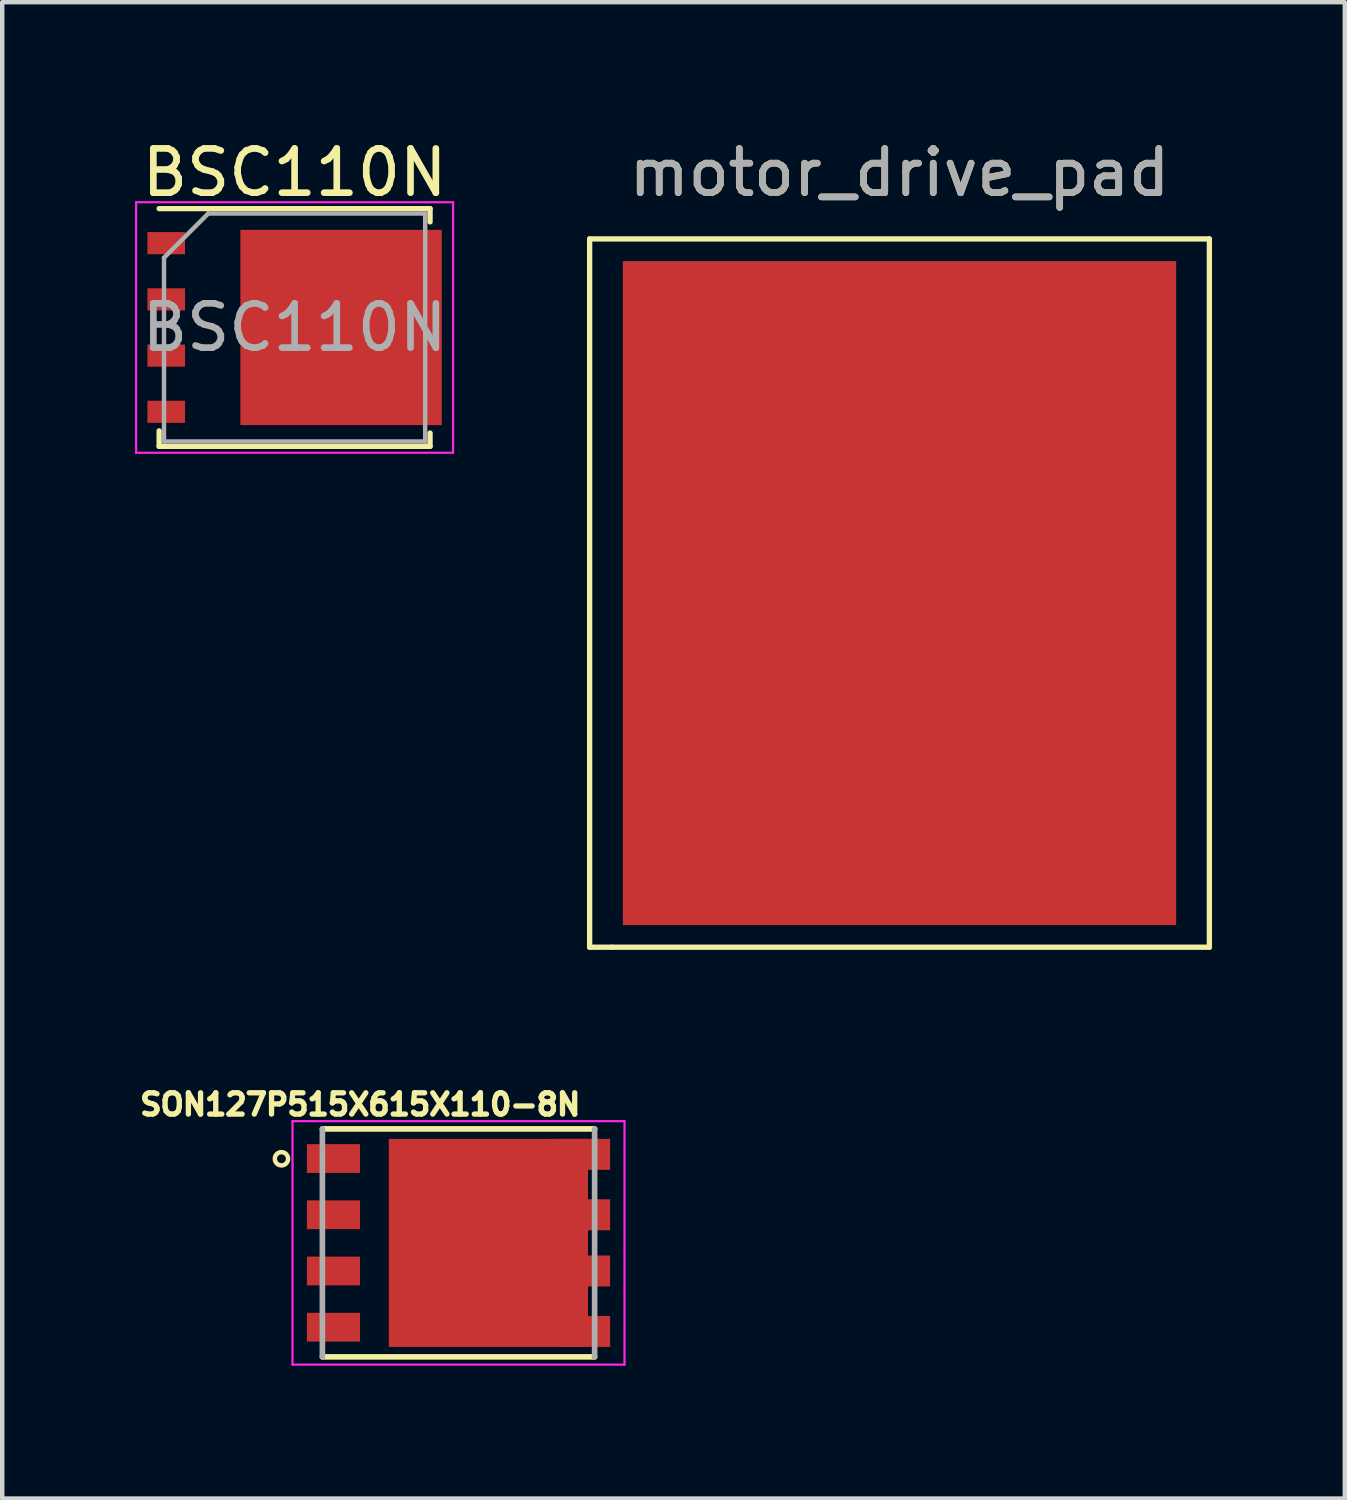
<source format=kicad_pcb>
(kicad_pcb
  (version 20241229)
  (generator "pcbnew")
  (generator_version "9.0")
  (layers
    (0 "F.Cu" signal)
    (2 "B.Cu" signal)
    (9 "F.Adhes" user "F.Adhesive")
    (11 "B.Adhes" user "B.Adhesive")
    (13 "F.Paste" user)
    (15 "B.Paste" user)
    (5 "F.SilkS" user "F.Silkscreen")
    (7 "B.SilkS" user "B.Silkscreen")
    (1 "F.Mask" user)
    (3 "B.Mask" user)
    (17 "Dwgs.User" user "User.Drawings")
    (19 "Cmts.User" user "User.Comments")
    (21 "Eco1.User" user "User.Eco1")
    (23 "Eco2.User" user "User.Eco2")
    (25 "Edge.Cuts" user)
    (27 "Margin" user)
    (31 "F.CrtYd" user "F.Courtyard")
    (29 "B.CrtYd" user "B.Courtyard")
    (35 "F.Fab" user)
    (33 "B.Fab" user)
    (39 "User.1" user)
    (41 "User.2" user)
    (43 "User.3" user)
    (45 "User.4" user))
  (footprint "BSC110N"
    (layer "F.Cu")
    (at 3.605 4.348)
    (property "Reference" "BSC110N" (at 0 -3.5 0) (layer "F.SilkS") (effects (font (size 1 1) (thickness 0.15))))
    (attr smd)
    (fp_line (start -3.06 2.335) (end -3.06 2.685) (stroke (width 0.12) (type solid)) (layer "F.SilkS"))
    (fp_line (start 3.06 -2.685) (end -3.06 -2.685) (stroke (width 0.12) (type solid)) (layer "F.SilkS"))
    (fp_line (start 3.06 -2.385) (end 3.06 -2.685) (stroke (width 0.12) (type solid)) (layer "F.SilkS"))
    (fp_line (start 3.06 2.385) (end 3.06 2.685) (stroke (width 0.12) (type solid)) (layer "F.SilkS"))
    (fp_line (start 3.06 2.685) (end -3.06 2.685) (stroke (width 0.12) (type solid)) (layer "F.SilkS"))
    (fp_line (start -3.58 -2.83) (end -3.58 2.83) (stroke (width 0.05) (type solid)) (layer "F.CrtYd"))
    (fp_line (start -3.58 2.83) (end 3.58 2.83) (stroke (width 0.05) (type solid)) (layer "F.CrtYd"))
    (fp_line (start 3.58 -2.83) (end -3.58 -2.83) (stroke (width 0.05) (type solid)) (layer "F.CrtYd"))
    (fp_line (start 3.58 2.83) (end 3.58 -2.83) (stroke (width 0.05) (type solid)) (layer "F.CrtYd"))
    (fp_line (start -2.95 2.575) (end -2.95 -1.575) (stroke (width 0.1) (type solid)) (layer "F.Fab"))
    (fp_line (start -1.95 -2.575) (end -2.95 -1.575) (stroke (width 0.1) (type solid)) (layer "F.Fab"))
    (fp_line (start -1.95 -2.575) (end 2.95 -2.575) (stroke (width 0.1) (type solid)) (layer "F.Fab"))
    (fp_line (start 2.95 -2.575) (end 2.95 2.575) (stroke (width 0.1) (type solid)) (layer "F.Fab"))
    (fp_line (start 2.95 2.575) (end -2.95 2.575) (stroke (width 0.1) (type solid)) (layer "F.Fab"))
    (fp_text user "${REFERENCE}" (at 0 0 0) (layer "F.Fab") (effects (font (size 1 1) (thickness 0.15))))
    (pad "" smd rect (at -0.2 -0.85) (size 1.5 1.5) (layers "F.Paste"))
    (pad "" smd rect (at -0.2 0.85) (size 1.5 1.5) (layers "F.Paste"))
    (pad "" smd custom (at 0.65 0) (size 3.75 4.41) (layers "F.Mask") (options (anchor rect)) (primitives (gr_poly (pts (xy 1.875 -2.205) (xy 2.675 -2.205) (xy 2.675 -1.605) (xy 1.875 -1.605)) (width 0) (fill yes)) (gr_poly (pts (xy 1.875 -0.935) (xy 2.675 -0.935) (xy 2.675 -0.335) (xy 1.875 -0.335)) (width 0) (fill yes)) (gr_poly (pts (xy 1.875 0.335) (xy 2.675 0.335) (xy 2.675 0.935) (xy 1.875 0.935)) (width 0) (fill yes)) (gr_poly (pts (xy 1.875 1.605) (xy 2.675 1.605) (xy 2.675 2.205) (xy 1.875 2.205)) (width 0) (fill yes))))
    (pad "" smd rect (at 1.5 -0.85) (size 1.5 1.5) (layers "F.Paste"))
    (pad "" smd rect (at 1.5 0.85) (size 1.5 1.5) (layers "F.Paste"))
    (pad "" smd rect (at 2.905 -1.905) (size 0.75 0.5) (layers "F.Paste"))
    (pad "" smd rect (at 2.905 -0.635) (size 0.75 0.5) (layers "F.Paste"))
    (pad "" smd rect (at 2.905 0.635) (size 0.75 0.5) (layers "F.Paste"))
    (pad "" smd rect (at 2.905 1.905) (size 0.75 0.5) (layers "F.Paste"))
    (pad "1" smd rect (at -2.9 -1.905) (size 0.85 0.5) (layers "F.Cu" "F.Mask" "F.Paste"))
    (pad "1" smd rect (at -2.9 -0.635) (size 0.85 0.5) (layers "F.Cu" "F.Mask" "F.Paste"))
    (pad "1" smd rect (at -2.9 0.635) (size 0.85 0.5) (layers "F.Cu" "F.Mask" "F.Paste"))
    (pad "2" smd rect (at -2.9 1.905) (size 0.85 0.5) (layers "F.Cu" "F.Mask" "F.Paste"))
    (pad "3" smd rect (at 1.05 0) (size 4.55 4.41) (layers "F.Cu")))
  (footprint "motor_drive_pad"
    (layer "F.Cu")
    (at 17.27 10.348)
    (property "Reference" "motor_drive_pad" (at 0 -9.5 0) (layer "F.SilkS") (effects (font (size 1 1) (thickness 0.15))))
    (attr exclude_from_pos_files exclude_from_bom)
    (fp_line (start -7 -8) (end -7 8) (stroke (width 0.12) (type solid)) (layer "F.SilkS"))
    (fp_line (start -7 8) (end -6.5 8) (stroke (width 0.12) (type solid)) (layer "F.SilkS"))
    (fp_line (start -6.5 8) (end 7 8) (stroke (width 0.12) (type solid)) (layer "F.SilkS"))
    (fp_line (start 7 -8) (end -7 -8) (stroke (width 0.12) (type solid)) (layer "F.SilkS"))
    (fp_line (start 7 8) (end 7 -8) (stroke (width 0.12) (type solid)) (layer "F.SilkS"))
    (fp_text user "${REFERENCE}" (at 0 -9.5 0) (layer "F.Fab") (effects (font (size 1 1) (thickness 0.15))))
    (pad "1" smd rect (at 0 0) (size 12.5 15) (layers "F.Cu" "F.Mask")))
  (footprint "SON127P515X615X110-8N"
    (layer "F.Cu")
    (at 7.308 25.027)
    (property "Reference" "SON127P515X615X110-8N" (at -2.22 -3.126 0) (layer "F.SilkS") (effects (font (size 0.481 0.481) (thickness 0.15))))
    (attr through_hole)
    (fp_line (start -3.075 -2.575) (end 3.075 -2.575) (stroke (width 0.127) (type solid)) (layer "F.SilkS"))
    (fp_line (start 3.075 2.575) (end -3.075 2.575) (stroke (width 0.127) (type solid)) (layer "F.SilkS"))
    (fp_circle (center -4 -1.9) (end -3.85 -1.9) (stroke (width 0.1) (type solid)) (fill no) (layer "F.SilkS"))
    (fp_line (start -3.75 -2.75) (end 3.75 -2.75) (stroke (width 0.05) (type solid)) (layer "F.CrtYd"))
    (fp_line (start -3.75 2.75) (end -3.75 -2.75) (stroke (width 0.05) (type solid)) (layer "F.CrtYd"))
    (fp_line (start 3.75 -2.75) (end 3.75 2.75) (stroke (width 0.05) (type solid)) (layer "F.CrtYd"))
    (fp_line (start 3.75 2.75) (end -3.75 2.75) (stroke (width 0.05) (type solid)) (layer "F.CrtYd"))
    (fp_line (start -3.075 2.575) (end -3.075 -2.575) (stroke (width 0.127) (type solid)) (layer "F.Fab"))
    (fp_line (start 3.075 -2.575) (end 3.075 2.575) (stroke (width 0.127) (type solid)) (layer "F.Fab"))
    (pad "1" smd rect (at -2.825 -1.905) (size 1.2 0.65) (layers "F.Cu" "F.Mask" "F.Paste"))
    (pad "2" smd rect (at -2.825 -0.635) (size 1.2 0.65) (layers "F.Cu" "F.Mask" "F.Paste"))
    (pad "3" smd rect (at -2.825 0.635) (size 1.2 0.65) (layers "F.Cu" "F.Mask" "F.Paste"))
    (pad "4" smd rect (at -2.825 1.905) (size 1.2 0.65) (layers "F.Cu" "F.Mask" "F.Paste"))
    (pad "5" smd rect (at 2.825 2) (size 1.2 0.7) (layers "F.Cu" "F.Mask" "F.Paste"))
    (pad "6" smd rect (at 2.825 0.635) (size 1.2 0.7) (layers "F.Cu" "F.Mask" "F.Paste"))
    (pad "7" smd rect (at 2.825 -0.635) (size 1.2 0.7) (layers "F.Cu" "F.Mask" "F.Paste"))
    (pad "8" smd rect (at 2.825 -2) (size 1.2 0.7) (layers "F.Cu" "F.Mask" "F.Paste"))
    (pad "9" smd rect (at 0.675 0) (size 4.5 4.7) (layers "F.Cu" "F.Mask" "F.Paste")))
  (gr_rect
    (start -3 -3)
    (end 27.33 30.802)
    (stroke (width 0.1) (type default))
    (fill no)
    (layer "Edge.Cuts")))
</source>
